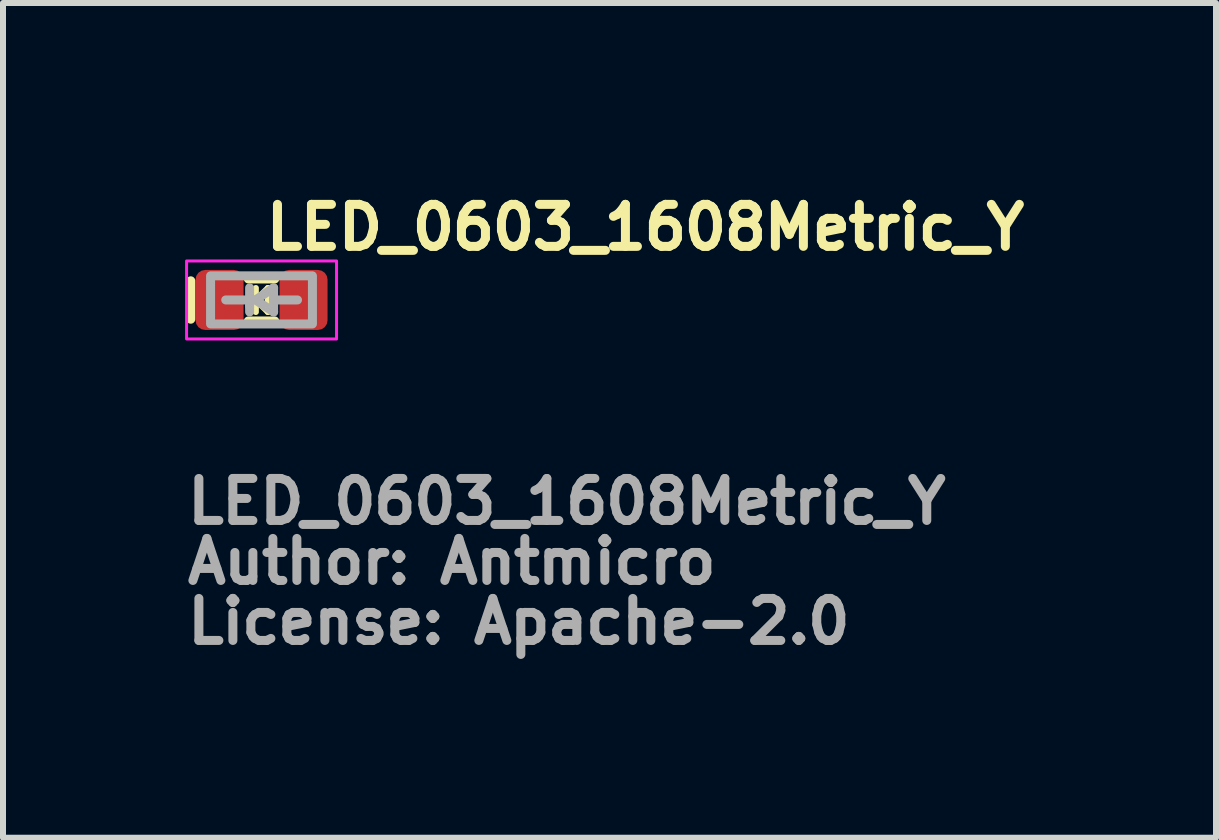
<source format=kicad_pcb>
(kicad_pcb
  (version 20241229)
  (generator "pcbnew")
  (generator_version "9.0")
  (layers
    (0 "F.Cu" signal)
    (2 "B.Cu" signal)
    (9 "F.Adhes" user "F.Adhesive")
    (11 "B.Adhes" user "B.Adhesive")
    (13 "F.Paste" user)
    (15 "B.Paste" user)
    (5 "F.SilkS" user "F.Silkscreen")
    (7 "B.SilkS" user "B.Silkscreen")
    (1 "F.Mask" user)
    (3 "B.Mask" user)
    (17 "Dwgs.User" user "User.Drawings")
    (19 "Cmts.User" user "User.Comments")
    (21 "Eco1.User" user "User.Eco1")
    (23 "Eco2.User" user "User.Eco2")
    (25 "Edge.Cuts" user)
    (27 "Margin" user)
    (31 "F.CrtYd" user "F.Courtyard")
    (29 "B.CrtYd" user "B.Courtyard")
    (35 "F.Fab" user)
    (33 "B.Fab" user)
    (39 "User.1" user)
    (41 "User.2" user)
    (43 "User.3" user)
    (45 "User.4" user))
  (footprint "LED_0603_1608Metric_Y"
    (layer "F.Cu")
    (at 1.31 1.95)
    (property "Reference" "LED_0603_1608Metric_Y" (at 0 -0.8 0) (layer "F.SilkS") (effects (font (size 0.7 0.7) (thickness 0.15)) (justify left bottom)))
    (attr smd)
    (fp_line (start -1.18 -0.319) (end -1.18 0.321) (stroke (width 0.15) (type solid)) (layer "F.SilkS"))
    (fp_line (start -0.095 0.001) (end -0.24 0.001) (stroke (width 0.1) (type solid)) (layer "F.SilkS"))
    (fp_line (start -0.095 0.001) (end 0.105 -0.199) (stroke (width 0.1) (type solid)) (layer "F.SilkS"))
    (fp_line (start -0.095 0.201) (end -0.095 -0.199) (stroke (width 0.1) (type solid)) (layer "F.SilkS"))
    (fp_line (start 0.105 0.001) (end 0.24 0.001) (stroke (width 0.1) (type solid)) (layer "F.SilkS"))
    (fp_line (start 0.105 0.201) (end -0.095 0.001) (stroke (width 0.1) (type solid)) (layer "F.SilkS"))
    (fp_line (start 0.105 0.201) (end 0.105 -0.199) (stroke (width 0.1) (type solid)) (layer "F.SilkS"))
    (fp_line (start 0.22 -0.35) (end -0.22 -0.35) (stroke (width 0.15) (type solid)) (layer "F.SilkS"))
    (fp_line (start 0.22 0.35) (end -0.22 0.35) (stroke (width 0.15) (type solid)) (layer "F.SilkS"))
    (fp_rect (start 1.25 0.65) (end -1.25 -0.65) (stroke (width 0.05) (type solid)) (fill no) (layer "F.CrtYd"))
    (fp_line (start -0.199 -0.202) (end -0.199 0.1) (stroke (width 0.15) (type solid)) (layer "F.Fab"))
    (fp_line (start -0.199 0) (end -0.597 0) (stroke (width 0.15) (type solid)) (layer "F.Fab"))
    (fp_line (start -0.199 0.2) (end -0.199 0.1) (stroke (width 0.15) (type solid)) (layer "F.Fab"))
    (fp_line (start -0.101 0) (end 0.201 0.2) (stroke (width 0.15) (type solid)) (layer "F.Fab"))
    (fp_line (start 0.201 -0.202) (end -0.101 0) (stroke (width 0.15) (type solid)) (layer "F.Fab"))
    (fp_line (start 0.201 0) (end 0.201 -0.202) (stroke (width 0.15) (type solid)) (layer "F.Fab"))
    (fp_line (start 0.201 0.2) (end 0.201 0) (stroke (width 0.15) (type solid)) (layer "F.Fab"))
    (fp_line (start 0.599 0) (end 0.201 0) (stroke (width 0.15) (type solid)) (layer "F.Fab"))
    (fp_rect (start 0.848 0.4) (end -0.85 -0.402) (stroke (width 0.15) (type solid)) (fill no) (layer "F.Fab"))
    (fp_rect (start -0.81 -0.4) (end 0.81 0.4) (stroke (width 0.1) (type solid)) (fill no) (layer "User.5"))
    (fp_line (start -0.812 -0.342) (end -0.812 -0.15) (stroke (width 0.02) (type solid)) (layer "User.9"))
    (fp_line (start -0.812 -0.15) (end -0.801 -0.151) (stroke (width 0.02) (type solid)) (layer "User.9"))
    (fp_line (start -0.812 0.148) (end -0.812 0.34) (stroke (width 0.02) (type solid)) (layer "User.9"))
    (fp_line (start -0.812 0.34) (end -0.58 0.34) (stroke (width 0.02) (type solid)) (layer "User.9"))
    (fp_line (start -0.806 0.148) (end -0.812 0.148) (stroke (width 0.02) (type solid)) (layer "User.9"))
    (fp_line (start -0.802 -0.402) (end -0.802 -0.342) (stroke (width 0.02) (type solid)) (layer "User.9"))
    (fp_line (start -0.802 0.34) (end -0.802 0.4) (stroke (width 0.02) (type solid)) (layer "User.9"))
    (fp_line (start -0.802 0.4) (end 0.8 0.4) (stroke (width 0.02) (type solid)) (layer "User.9"))
    (fp_line (start -0.801 -0.151) (end -0.791 -0.15) (stroke (width 0.02) (type solid)) (layer "User.9"))
    (fp_line (start -0.801 0.149) (end -0.806 0.148) (stroke (width 0.02) (type solid)) (layer "User.9"))
    (fp_line (start -0.796 0.148) (end -0.801 0.149) (stroke (width 0.02) (type solid)) (layer "User.9"))
    (fp_line (start -0.791 -0.15) (end -0.78 -0.149) (stroke (width 0.02) (type solid)) (layer "User.9"))
    (fp_line (start -0.791 0.148) (end -0.796 0.148) (stroke (width 0.02) (type solid)) (layer "User.9"))
    (fp_line (start -0.786 0.148) (end -0.791 0.148) (stroke (width 0.02) (type solid)) (layer "User.9"))
    (fp_line (start -0.782 -0.392) (end -0.782 -0.342) (stroke (width 0.02) (type solid)) (layer "User.9"))
    (fp_line (start -0.782 0.34) (end -0.782 0.39) (stroke (width 0.02) (type solid)) (layer "User.9"))
    (fp_line (start -0.782 0.39) (end -0.5 0.39) (stroke (width 0.02) (type solid)) (layer "User.9"))
    (fp_line (start -0.78 -0.149) (end -0.77 -0.147) (stroke (width 0.02) (type solid)) (layer "User.9"))
    (fp_line (start -0.78 0.147) (end -0.786 0.148) (stroke (width 0.02) (type solid)) (layer "User.9"))
    (fp_line (start -0.775 0.146) (end -0.78 0.147) (stroke (width 0.02) (type solid)) (layer "User.9"))
    (fp_line (start -0.77 -0.147) (end -0.76 -0.145) (stroke (width 0.02) (type solid)) (layer "User.9"))
    (fp_line (start -0.77 0.145) (end -0.775 0.146) (stroke (width 0.02) (type solid)) (layer "User.9"))
    (fp_line (start -0.764 0.144) (end -0.77 0.145) (stroke (width 0.02) (type solid)) (layer "User.9"))
    (fp_line (start -0.76 -0.145) (end -0.75 -0.143) (stroke (width 0.02) (type solid)) (layer "User.9"))
    (fp_line (start -0.76 0.144) (end -0.764 0.144) (stroke (width 0.02) (type solid)) (layer "User.9"))
    (fp_line (start -0.755 0.142) (end -0.76 0.144) (stroke (width 0.02) (type solid)) (layer "User.9"))
    (fp_line (start -0.75 -0.143) (end -0.74 -0.139) (stroke (width 0.02) (type solid)) (layer "User.9"))
    (fp_line (start -0.75 0.141) (end -0.755 0.142) (stroke (width 0.02) (type solid)) (layer "User.9"))
    (fp_line (start -0.745 0.139) (end -0.75 0.141) (stroke (width 0.02) (type solid)) (layer "User.9"))
    (fp_line (start -0.74 -0.139) (end -0.731 -0.135) (stroke (width 0.02) (type solid)) (layer "User.9"))
    (fp_line (start -0.74 0.137) (end -0.745 0.139) (stroke (width 0.02) (type solid)) (layer "User.9"))
    (fp_line (start -0.736 0.135) (end -0.74 0.137) (stroke (width 0.02) (type solid)) (layer "User.9"))
    (fp_line (start -0.731 -0.135) (end -0.723 -0.13) (stroke (width 0.02) (type solid)) (layer "User.9"))
    (fp_line (start -0.731 0.133) (end -0.736 0.135) (stroke (width 0.02) (type solid)) (layer "User.9"))
    (fp_line (start -0.727 0.13) (end -0.731 0.133) (stroke (width 0.02) (type solid)) (layer "User.9"))
    (fp_line (start -0.723 -0.13) (end -0.714 -0.123) (stroke (width 0.02) (type solid)) (layer "User.9"))
    (fp_line (start -0.723 0.128) (end -0.727 0.13) (stroke (width 0.02) (type solid)) (layer "User.9"))
    (fp_line (start -0.718 0.124) (end -0.723 0.128) (stroke (width 0.02) (type solid)) (layer "User.9"))
    (fp_line (start -0.714 -0.123) (end -0.706 -0.118) (stroke (width 0.02) (type solid)) (layer "User.9"))
    (fp_line (start -0.714 0.121) (end -0.718 0.124) (stroke (width 0.02) (type solid)) (layer "User.9"))
    (fp_line (start -0.71 0.119) (end -0.714 0.121) (stroke (width 0.02) (type solid)) (layer "User.9"))
    (fp_line (start -0.706 -0.118) (end -0.699 -0.11) (stroke (width 0.02) (type solid)) (layer "User.9"))
    (fp_line (start -0.706 0.116) (end -0.71 0.119) (stroke (width 0.02) (type solid)) (layer "User.9"))
    (fp_line (start -0.703 0.113) (end -0.706 0.116) (stroke (width 0.02) (type solid)) (layer "User.9"))
    (fp_line (start -0.699 -0.11) (end -0.692 -0.104) (stroke (width 0.02) (type solid)) (layer "User.9"))
    (fp_line (start -0.699 0.108) (end -0.703 0.113) (stroke (width 0.02) (type solid)) (layer "User.9"))
    (fp_line (start -0.696 0.105) (end -0.699 0.108) (stroke (width 0.02) (type solid)) (layer "User.9"))
    (fp_line (start -0.692 -0.104) (end -0.685 -0.095) (stroke (width 0.02) (type solid)) (layer "User.9"))
    (fp_line (start -0.692 0.102) (end -0.696 0.105) (stroke (width 0.02) (type solid)) (layer "User.9"))
    (fp_line (start -0.689 0.098) (end -0.692 0.102) (stroke (width 0.02) (type solid)) (layer "User.9"))
    (fp_line (start -0.685 -0.095) (end -0.679 -0.088) (stroke (width 0.02) (type solid)) (layer "User.9"))
    (fp_line (start -0.685 0.093) (end -0.689 0.098) (stroke (width 0.02) (type solid)) (layer "User.9"))
    (fp_line (start -0.682 0.089) (end -0.685 0.093) (stroke (width 0.02) (type solid)) (layer "User.9"))
    (fp_line (start -0.679 -0.088) (end -0.673 -0.078) (stroke (width 0.02) (type solid)) (layer "User.9"))
    (fp_line (start -0.679 0.086) (end -0.682 0.089) (stroke (width 0.02) (type solid)) (layer "User.9"))
    (fp_line (start -0.676 0.082) (end -0.679 0.086) (stroke (width 0.02) (type solid)) (layer "User.9"))
    (fp_line (start -0.673 -0.078) (end -0.673 -0.078) (stroke (width 0.02) (type solid)) (layer "User.9"))
    (fp_line (start -0.673 -0.078) (end -0.668 -0.07) (stroke (width 0.02) (type solid)) (layer "User.9"))
    (fp_line (start -0.673 0.076) (end -0.676 0.082) (stroke (width 0.02) (type solid)) (layer "User.9"))
    (fp_line (start -0.673 0.076) (end -0.673 0.076) (stroke (width 0.02) (type solid)) (layer "User.9"))
    (fp_line (start -0.668 -0.07) (end -0.664 -0.06) (stroke (width 0.02) (type solid)) (layer "User.9"))
    (fp_line (start -0.668 0.068) (end -0.673 0.076) (stroke (width 0.02) (type solid)) (layer "User.9"))
    (fp_line (start -0.664 -0.06) (end -0.66 -0.051) (stroke (width 0.02) (type solid)) (layer "User.9"))
    (fp_line (start -0.664 0.059) (end -0.668 0.068) (stroke (width 0.02) (type solid)) (layer "User.9"))
    (fp_line (start -0.66 -0.051) (end -0.657 -0.042) (stroke (width 0.02) (type solid)) (layer "User.9"))
    (fp_line (start -0.66 0.049) (end -0.664 0.059) (stroke (width 0.02) (type solid)) (layer "User.9"))
    (fp_line (start -0.657 -0.042) (end -0.655 -0.031) (stroke (width 0.02) (type solid)) (layer "User.9"))
    (fp_line (start -0.657 0.04) (end -0.66 0.049) (stroke (width 0.02) (type solid)) (layer "User.9"))
    (fp_line (start -0.655 -0.031) (end -0.653 -0.022) (stroke (width 0.02) (type solid)) (layer "User.9"))
    (fp_line (start -0.655 0.029) (end -0.657 0.04) (stroke (width 0.02) (type solid)) (layer "User.9"))
    (fp_line (start -0.653 -0.022) (end -0.652 -0.011) (stroke (width 0.02) (type solid)) (layer "User.9"))
    (fp_line (start -0.653 0.02) (end -0.655 0.029) (stroke (width 0.02) (type solid)) (layer "User.9"))
    (fp_line (start -0.652 -0.011) (end -0.651 0) (stroke (width 0.02) (type solid)) (layer "User.9"))
    (fp_line (start -0.652 0.01) (end -0.653 0.02) (stroke (width 0.02) (type solid)) (layer "User.9"))
    (fp_line (start -0.651 0) (end -0.652 0.01) (stroke (width 0.02) (type solid)) (layer "User.9"))
    (fp_line (start -0.6 -0.308) (end -0.599 -0.311) (stroke (width 0.02) (type solid)) (layer "User.9"))
    (fp_line (start -0.6 -0.306) (end -0.6 -0.308) (stroke (width 0.02) (type solid)) (layer "User.9"))
    (fp_line (start -0.6 -0.303) (end -0.6 -0.306) (stroke (width 0.02) (type solid)) (layer "User.9"))
    (fp_line (start -0.6 -0.3) (end -0.6 -0.303) (stroke (width 0.02) (type solid)) (layer "User.9"))
    (fp_line (start -0.6 -0.3) (end -0.6 0.298) (stroke (width 0.02) (type solid)) (layer "User.9"))
    (fp_line (start -0.6 0.301) (end -0.6 0.298) (stroke (width 0.02) (type solid)) (layer "User.9"))
    (fp_line (start -0.6 0.304) (end -0.6 0.301) (stroke (width 0.02) (type solid)) (layer "User.9"))
    (fp_line (start -0.6 0.306) (end -0.6 0.304) (stroke (width 0.02) (type solid)) (layer "User.9"))
    (fp_line (start -0.599 -0.313) (end -0.598 -0.315) (stroke (width 0.02) (type solid)) (layer "User.9"))
    (fp_line (start -0.599 -0.311) (end -0.599 -0.313) (stroke (width 0.02) (type solid)) (layer "User.9"))
    (fp_line (start -0.599 0.309) (end -0.6 0.306) (stroke (width 0.02) (type solid)) (layer "User.9"))
    (fp_line (start -0.599 0.311) (end -0.599 0.309) (stroke (width 0.02) (type solid)) (layer "User.9"))
    (fp_line (start -0.598 -0.315) (end -0.597 -0.318) (stroke (width 0.02) (type solid)) (layer "User.9"))
    (fp_line (start -0.598 0.313) (end -0.599 0.311) (stroke (width 0.02) (type solid)) (layer "User.9"))
    (fp_line (start -0.597 -0.32) (end -0.596 -0.323) (stroke (width 0.02) (type solid)) (layer "User.9"))
    (fp_line (start -0.597 -0.318) (end -0.597 -0.32) (stroke (width 0.02) (type solid)) (layer "User.9"))
    (fp_line (start -0.597 0.316) (end -0.598 0.313) (stroke (width 0.02) (type solid)) (layer "User.9"))
    (fp_line (start -0.597 0.318) (end -0.597 0.316) (stroke (width 0.02) (type solid)) (layer "User.9"))
    (fp_line (start -0.596 -0.323) (end -0.594 -0.325) (stroke (width 0.02) (type solid)) (layer "User.9"))
    (fp_line (start -0.596 0.321) (end -0.597 0.318) (stroke (width 0.02) (type solid)) (layer "User.9"))
    (fp_line (start -0.594 -0.325) (end -0.593 -0.327) (stroke (width 0.02) (type solid)) (layer "User.9"))
    (fp_line (start -0.594 0.323) (end -0.596 0.321) (stroke (width 0.02) (type solid)) (layer "User.9"))
    (fp_line (start -0.593 -0.327) (end -0.592 -0.329) (stroke (width 0.02) (type solid)) (layer "User.9"))
    (fp_line (start -0.593 0.325) (end -0.594 0.323) (stroke (width 0.02) (type solid)) (layer "User.9"))
    (fp_line (start -0.592 -0.329) (end -0.591 -0.331) (stroke (width 0.02) (type solid)) (layer "User.9"))
    (fp_line (start -0.592 0.327) (end -0.593 0.325) (stroke (width 0.02) (type solid)) (layer "User.9"))
    (fp_line (start -0.591 -0.331) (end -0.589 -0.333) (stroke (width 0.02) (type solid)) (layer "User.9"))
    (fp_line (start -0.591 0.329) (end -0.592 0.327) (stroke (width 0.02) (type solid)) (layer "User.9"))
    (fp_line (start -0.589 -0.333) (end -0.588 -0.335) (stroke (width 0.02) (type solid)) (layer "User.9"))
    (fp_line (start -0.589 0.331) (end -0.591 0.329) (stroke (width 0.02) (type solid)) (layer "User.9"))
    (fp_line (start -0.588 -0.335) (end -0.586 -0.337) (stroke (width 0.02) (type solid)) (layer "User.9"))
    (fp_line (start -0.588 0.333) (end -0.589 0.331) (stroke (width 0.02) (type solid)) (layer "User.9"))
    (fp_line (start -0.586 -0.337) (end -0.584 -0.339) (stroke (width 0.02) (type solid)) (layer "User.9"))
    (fp_line (start -0.586 0.335) (end -0.588 0.333) (stroke (width 0.02) (type solid)) (layer "User.9"))
    (fp_line (start -0.584 -0.339) (end -0.582 -0.34) (stroke (width 0.02) (type solid)) (layer "User.9"))
    (fp_line (start -0.584 0.337) (end -0.586 0.335) (stroke (width 0.02) (type solid)) (layer "User.9"))
    (fp_line (start -0.582 -0.34) (end -0.58 -0.342) (stroke (width 0.02) (type solid)) (layer "User.9"))
    (fp_line (start -0.582 0.338) (end -0.584 0.337) (stroke (width 0.02) (type solid)) (layer "User.9"))
    (fp_line (start -0.58 -0.342) (end -0.812 -0.342) (stroke (width 0.02) (type solid)) (layer "User.9"))
    (fp_line (start -0.58 -0.342) (end -0.578 -0.343) (stroke (width 0.02) (type solid)) (layer "User.9"))
    (fp_line (start -0.58 0.34) (end -0.582 0.338) (stroke (width 0.02) (type solid)) (layer "User.9"))
    (fp_line (start -0.578 -0.343) (end -0.577 -0.344) (stroke (width 0.02) (type solid)) (layer "User.9"))
    (fp_line (start -0.578 0.341) (end -0.58 0.34) (stroke (width 0.02) (type solid)) (layer "User.9"))
    (fp_line (start -0.577 -0.344) (end -0.575 -0.345) (stroke (width 0.02) (type solid)) (layer "User.9"))
    (fp_line (start -0.577 0.342) (end -0.578 0.341) (stroke (width 0.02) (type solid)) (layer "User.9"))
    (fp_line (start -0.575 -0.345) (end -0.573 -0.347) (stroke (width 0.02) (type solid)) (layer "User.9"))
    (fp_line (start -0.575 0.343) (end -0.577 0.342) (stroke (width 0.02) (type solid)) (layer "User.9"))
    (fp_line (start -0.573 -0.347) (end -0.571 -0.348) (stroke (width 0.02) (type solid)) (layer "User.9"))
    (fp_line (start -0.573 0.345) (end -0.575 0.343) (stroke (width 0.02) (type solid)) (layer "User.9"))
    (fp_line (start -0.571 -0.348) (end -0.569 -0.348) (stroke (width 0.02) (type solid)) (layer "User.9"))
    (fp_line (start -0.571 0.346) (end -0.573 0.345) (stroke (width 0.02) (type solid)) (layer "User.9"))
    (fp_line (start -0.569 -0.348) (end -0.566 -0.349) (stroke (width 0.02) (type solid)) (layer "User.9"))
    (fp_line (start -0.569 0.346) (end -0.571 0.346) (stroke (width 0.02) (type solid)) (layer "User.9"))
    (fp_line (start -0.566 -0.349) (end -0.564 -0.35) (stroke (width 0.02) (type solid)) (layer "User.9"))
    (fp_line (start -0.566 0.347) (end -0.569 0.346) (stroke (width 0.02) (type solid)) (layer "User.9"))
    (fp_line (start -0.564 -0.35) (end -0.562 -0.35) (stroke (width 0.02) (type solid)) (layer "User.9"))
    (fp_line (start -0.564 0.348) (end -0.566 0.347) (stroke (width 0.02) (type solid)) (layer "User.9"))
    (fp_line (start -0.562 -0.35) (end -0.559 -0.351) (stroke (width 0.02) (type solid)) (layer "User.9"))
    (fp_line (start -0.562 0.348) (end -0.564 0.348) (stroke (width 0.02) (type solid)) (layer "User.9"))
    (fp_line (start -0.559 -0.351) (end -0.557 -0.351) (stroke (width 0.02) (type solid)) (layer "User.9"))
    (fp_line (start -0.559 0.349) (end -0.562 0.348) (stroke (width 0.02) (type solid)) (layer "User.9"))
    (fp_line (start -0.557 -0.351) (end -0.554 -0.351) (stroke (width 0.02) (type solid)) (layer "User.9"))
    (fp_line (start -0.557 0.349) (end -0.559 0.349) (stroke (width 0.02) (type solid)) (layer "User.9"))
    (fp_line (start -0.554 -0.351) (end -0.552 -0.351) (stroke (width 0.02) (type solid)) (layer "User.9"))
    (fp_line (start -0.554 0.349) (end -0.557 0.349) (stroke (width 0.02) (type solid)) (layer "User.9"))
    (fp_line (start -0.552 0.349) (end -0.554 0.349) (stroke (width 0.02) (type solid)) (layer "User.9"))
    (fp_line (start -0.552 0.349) (end 0.55 0.349) (stroke (width 0.02) (type solid)) (layer "User.9"))
    (fp_line (start -0.5 -0.392) (end -0.782 -0.392) (stroke (width 0.02) (type solid)) (layer "User.9"))
    (fp_line (start -0.5 -0.351) (end -0.5 -0.392) (stroke (width 0.02) (type solid)) (layer "User.9"))
    (fp_line (start -0.5 0.39) (end -0.5 0.349) (stroke (width 0.02) (type solid)) (layer "User.9"))
    (fp_line (start 0.55 -0.351) (end -0.552 -0.351) (stroke (width 0.02) (type solid)) (layer "User.9"))
    (fp_line (start 0.55 -0.351) (end 0.552 -0.351) (stroke (width 0.02) (type solid)) (layer "User.9"))
    (fp_line (start 0.552 -0.351) (end 0.555 -0.351) (stroke (width 0.02) (type solid)) (layer "User.9"))
    (fp_line (start 0.552 0.349) (end 0.55 0.349) (stroke (width 0.02) (type solid)) (layer "User.9"))
    (fp_line (start 0.555 -0.351) (end 0.557 -0.351) (stroke (width 0.02) (type solid)) (layer "User.9"))
    (fp_line (start 0.555 0.349) (end 0.552 0.349) (stroke (width 0.02) (type solid)) (layer "User.9"))
    (fp_line (start 0.557 -0.351) (end 0.56 -0.35) (stroke (width 0.02) (type solid)) (layer "User.9"))
    (fp_line (start 0.557 0.349) (end 0.555 0.349) (stroke (width 0.02) (type solid)) (layer "User.9"))
    (fp_line (start 0.56 -0.35) (end 0.562 -0.35) (stroke (width 0.02) (type solid)) (layer "User.9"))
    (fp_line (start 0.56 0.348) (end 0.557 0.349) (stroke (width 0.02) (type solid)) (layer "User.9"))
    (fp_line (start 0.562 -0.35) (end 0.564 -0.349) (stroke (width 0.02) (type solid)) (layer "User.9"))
    (fp_line (start 0.562 0.348) (end 0.56 0.348) (stroke (width 0.02) (type solid)) (layer "User.9"))
    (fp_line (start 0.564 -0.349) (end 0.567 -0.348) (stroke (width 0.02) (type solid)) (layer "User.9"))
    (fp_line (start 0.564 0.347) (end 0.562 0.348) (stroke (width 0.02) (type solid)) (layer "User.9"))
    (fp_line (start 0.567 -0.348) (end 0.569 -0.348) (stroke (width 0.02) (type solid)) (layer "User.9"))
    (fp_line (start 0.567 0.346) (end 0.564 0.347) (stroke (width 0.02) (type solid)) (layer "User.9"))
    (fp_line (start 0.569 -0.348) (end 0.571 -0.347) (stroke (width 0.02) (type solid)) (layer "User.9"))
    (fp_line (start 0.569 0.346) (end 0.567 0.346) (stroke (width 0.02) (type solid)) (layer "User.9"))
    (fp_line (start 0.571 -0.347) (end 0.573 -0.345) (stroke (width 0.02) (type solid)) (layer "User.9"))
    (fp_line (start 0.571 0.345) (end 0.569 0.346) (stroke (width 0.02) (type solid)) (layer "User.9"))
    (fp_line (start 0.573 -0.345) (end 0.575 -0.344) (stroke (width 0.02) (type solid)) (layer "User.9"))
    (fp_line (start 0.573 0.343) (end 0.571 0.345) (stroke (width 0.02) (type solid)) (layer "User.9"))
    (fp_line (start 0.575 -0.344) (end 0.576 -0.343) (stroke (width 0.02) (type solid)) (layer "User.9"))
    (fp_line (start 0.575 0.342) (end 0.573 0.343) (stroke (width 0.02) (type solid)) (layer "User.9"))
    (fp_line (start 0.576 -0.343) (end 0.578 -0.342) (stroke (width 0.02) (type solid)) (layer "User.9"))
    (fp_line (start 0.576 0.341) (end 0.575 0.342) (stroke (width 0.02) (type solid)) (layer "User.9"))
    (fp_line (start 0.578 -0.342) (end 0.58 -0.34) (stroke (width 0.02) (type solid)) (layer "User.9"))
    (fp_line (start 0.578 0.34) (end 0.576 0.341) (stroke (width 0.02) (type solid)) (layer "User.9"))
    (fp_line (start 0.578 0.34) (end 0.81 0.34) (stroke (width 0.02) (type solid)) (layer "User.9"))
    (fp_line (start 0.58 -0.34) (end 0.582 -0.339) (stroke (width 0.02) (type solid)) (layer "User.9"))
    (fp_line (start 0.58 0.338) (end 0.578 0.34) (stroke (width 0.02) (type solid)) (layer "User.9"))
    (fp_line (start 0.582 -0.339) (end 0.584 -0.337) (stroke (width 0.02) (type solid)) (layer "User.9"))
    (fp_line (start 0.582 0.337) (end 0.58 0.338) (stroke (width 0.02) (type solid)) (layer "User.9"))
    (fp_line (start 0.584 -0.337) (end 0.586 -0.335) (stroke (width 0.02) (type solid)) (layer "User.9"))
    (fp_line (start 0.584 0.335) (end 0.582 0.337) (stroke (width 0.02) (type solid)) (layer "User.9"))
    (fp_line (start 0.586 -0.335) (end 0.587 -0.333) (stroke (width 0.02) (type solid)) (layer "User.9"))
    (fp_line (start 0.586 0.333) (end 0.584 0.335) (stroke (width 0.02) (type solid)) (layer "User.9"))
    (fp_line (start 0.587 -0.333) (end 0.589 -0.331) (stroke (width 0.02) (type solid)) (layer "User.9"))
    (fp_line (start 0.587 0.331) (end 0.586 0.333) (stroke (width 0.02) (type solid)) (layer "User.9"))
    (fp_line (start 0.589 -0.331) (end 0.59 -0.329) (stroke (width 0.02) (type solid)) (layer "User.9"))
    (fp_line (start 0.589 0.329) (end 0.587 0.331) (stroke (width 0.02) (type solid)) (layer "User.9"))
    (fp_line (start 0.59 -0.329) (end 0.591 -0.327) (stroke (width 0.02) (type solid)) (layer "User.9"))
    (fp_line (start 0.59 0.327) (end 0.589 0.329) (stroke (width 0.02) (type solid)) (layer "User.9"))
    (fp_line (start 0.591 -0.327) (end 0.592 -0.325) (stroke (width 0.02) (type solid)) (layer "User.9"))
    (fp_line (start 0.591 0.325) (end 0.59 0.327) (stroke (width 0.02) (type solid)) (layer "User.9"))
    (fp_line (start 0.592 -0.325) (end 0.594 -0.323) (stroke (width 0.02) (type solid)) (layer "User.9"))
    (fp_line (start 0.592 0.323) (end 0.591 0.325) (stroke (width 0.02) (type solid)) (layer "User.9"))
    (fp_line (start 0.594 -0.323) (end 0.595 -0.32) (stroke (width 0.02) (type solid)) (layer "User.9"))
    (fp_line (start 0.594 0.321) (end 0.592 0.323) (stroke (width 0.02) (type solid)) (layer "User.9"))
    (fp_line (start 0.595 -0.32) (end 0.595 -0.318) (stroke (width 0.02) (type solid)) (layer "User.9"))
    (fp_line (start 0.595 -0.318) (end 0.596 -0.315) (stroke (width 0.02) (type solid)) (layer "User.9"))
    (fp_line (start 0.595 0.316) (end 0.595 0.318) (stroke (width 0.02) (type solid)) (layer "User.9"))
    (fp_line (start 0.595 0.318) (end 0.594 0.321) (stroke (width 0.02) (type solid)) (layer "User.9"))
    (fp_line (start 0.596 -0.315) (end 0.597 -0.313) (stroke (width 0.02) (type solid)) (layer "User.9"))
    (fp_line (start 0.596 0.313) (end 0.595 0.316) (stroke (width 0.02) (type solid)) (layer "User.9"))
    (fp_line (start 0.597 -0.313) (end 0.597 -0.311) (stroke (width 0.02) (type solid)) (layer "User.9"))
    (fp_line (start 0.597 -0.311) (end 0.598 -0.308) (stroke (width 0.02) (type solid)) (layer "User.9"))
    (fp_line (start 0.597 0.309) (end 0.597 0.311) (stroke (width 0.02) (type solid)) (layer "User.9"))
    (fp_line (start 0.597 0.311) (end 0.596 0.313) (stroke (width 0.02) (type solid)) (layer "User.9"))
    (fp_line (start 0.598 -0.308) (end 0.598 -0.306) (stroke (width 0.02) (type solid)) (layer "User.9"))
    (fp_line (start 0.598 -0.306) (end 0.598 -0.303) (stroke (width 0.02) (type solid)) (layer "User.9"))
    (fp_line (start 0.598 -0.303) (end 0.598 -0.3) (stroke (width 0.02) (type solid)) (layer "User.9"))
    (fp_line (start 0.598 0.298) (end 0.598 -0.3) (stroke (width 0.02) (type solid)) (layer "User.9"))
    (fp_line (start 0.598 0.298) (end 0.598 0.301) (stroke (width 0.02) (type solid)) (layer "User.9"))
    (fp_line (start 0.598 0.301) (end 0.598 0.304) (stroke (width 0.02) (type solid)) (layer "User.9"))
    (fp_line (start 0.598 0.304) (end 0.598 0.306) (stroke (width 0.02) (type solid)) (layer "User.9"))
    (fp_line (start 0.598 0.306) (end 0.597 0.309) (stroke (width 0.02) (type solid)) (layer "User.9"))
    (fp_line (start 0.65 -0.016) (end 0.651 -0.024) (stroke (width 0.02) (type solid)) (layer "User.9"))
    (fp_line (start 0.65 -0.008) (end 0.65 -0.016) (stroke (width 0.02) (type solid)) (layer "User.9"))
    (fp_line (start 0.65 0) (end 0.65 -0.008) (stroke (width 0.02) (type solid)) (layer "User.9"))
    (fp_line (start 0.65 0.007) (end 0.65 0) (stroke (width 0.02) (type solid)) (layer "User.9"))
    (fp_line (start 0.65 0.014) (end 0.65 0.007) (stroke (width 0.02) (type solid)) (layer "User.9"))
    (fp_line (start 0.651 -0.024) (end 0.653 -0.031) (stroke (width 0.02) (type solid)) (layer "User.9"))
    (fp_line (start 0.651 0.022) (end 0.65 0.014) (stroke (width 0.02) (type solid)) (layer "User.9"))
    (fp_line (start 0.653 -0.031) (end 0.654 -0.039) (stroke (width 0.02) (type solid)) (layer "User.9"))
    (fp_line (start 0.653 0.029) (end 0.651 0.022) (stroke (width 0.02) (type solid)) (layer "User.9"))
    (fp_line (start 0.654 -0.039) (end 0.657 -0.046) (stroke (width 0.02) (type solid)) (layer "User.9"))
    (fp_line (start 0.654 0.037) (end 0.653 0.029) (stroke (width 0.02) (type solid)) (layer "User.9"))
    (fp_line (start 0.657 -0.046) (end 0.659 -0.053) (stroke (width 0.02) (type solid)) (layer "User.9"))
    (fp_line (start 0.657 0.044) (end 0.654 0.037) (stroke (width 0.02) (type solid)) (layer "User.9"))
    (fp_line (start 0.659 -0.053) (end 0.662 -0.06) (stroke (width 0.02) (type solid)) (layer "User.9"))
    (fp_line (start 0.659 0.052) (end 0.657 0.044) (stroke (width 0.02) (type solid)) (layer "User.9"))
    (fp_line (start 0.662 -0.06) (end 0.665 -0.068) (stroke (width 0.02) (type solid)) (layer "User.9"))
    (fp_line (start 0.662 0.059) (end 0.659 0.052) (stroke (width 0.02) (type solid)) (layer "User.9"))
    (fp_line (start 0.665 -0.068) (end 0.669 -0.074) (stroke (width 0.02) (type solid)) (layer "User.9"))
    (fp_line (start 0.665 0.066) (end 0.662 0.059) (stroke (width 0.02) (type solid)) (layer "User.9"))
    (fp_line (start 0.669 -0.074) (end 0.673 -0.08) (stroke (width 0.02) (type solid)) (layer "User.9"))
    (fp_line (start 0.669 0.072) (end 0.665 0.066) (stroke (width 0.02) (type solid)) (layer "User.9"))
    (fp_line (start 0.673 -0.08) (end 0.677 -0.088) (stroke (width 0.02) (type solid)) (layer "User.9"))
    (fp_line (start 0.673 0.078) (end 0.669 0.072) (stroke (width 0.02) (type solid)) (layer "User.9"))
    (fp_line (start 0.677 -0.088) (end 0.681 -0.093) (stroke (width 0.02) (type solid)) (layer "User.9"))
    (fp_line (start 0.677 0.086) (end 0.673 0.078) (stroke (width 0.02) (type solid)) (layer "User.9"))
    (fp_line (start 0.681 -0.093) (end 0.686 -0.1) (stroke (width 0.02) (type solid)) (layer "User.9"))
    (fp_line (start 0.681 0.091) (end 0.677 0.086) (stroke (width 0.02) (type solid)) (layer "User.9"))
    (fp_line (start 0.686 -0.1) (end 0.691 -0.105) (stroke (width 0.02) (type solid)) (layer "User.9"))
    (fp_line (start 0.686 0.098) (end 0.681 0.091) (stroke (width 0.02) (type solid)) (layer "User.9"))
    (fp_line (start 0.691 -0.105) (end 0.697 -0.11) (stroke (width 0.02) (type solid)) (layer "User.9"))
    (fp_line (start 0.691 0.104) (end 0.686 0.098) (stroke (width 0.02) (type solid)) (layer "User.9"))
    (fp_line (start 0.697 -0.11) (end 0.697 -0.11) (stroke (width 0.02) (type solid)) (layer "User.9"))
    (fp_line (start 0.697 -0.11) (end 0.703 -0.116) (stroke (width 0.02) (type solid)) (layer "User.9"))
    (fp_line (start 0.697 0.108) (end 0.691 0.104) (stroke (width 0.02) (type solid)) (layer "User.9"))
    (fp_line (start 0.697 0.108) (end 0.697 0.108) (stroke (width 0.02) (type solid)) (layer "User.9"))
    (fp_line (start 0.703 -0.116) (end 0.708 -0.12) (stroke (width 0.02) (type solid)) (layer "User.9"))
    (fp_line (start 0.703 0.114) (end 0.697 0.108) (stroke (width 0.02) (type solid)) (layer "User.9"))
    (fp_line (start 0.708 -0.12) (end 0.714 -0.125) (stroke (width 0.02) (type solid)) (layer "User.9"))
    (fp_line (start 0.708 0.119) (end 0.703 0.114) (stroke (width 0.02) (type solid)) (layer "User.9"))
    (fp_line (start 0.714 -0.125) (end 0.721 -0.13) (stroke (width 0.02) (type solid)) (layer "User.9"))
    (fp_line (start 0.714 0.123) (end 0.708 0.119) (stroke (width 0.02) (type solid)) (layer "User.9"))
    (fp_line (start 0.721 -0.13) (end 0.727 -0.133) (stroke (width 0.02) (type solid)) (layer "User.9"))
    (fp_line (start 0.721 0.128) (end 0.714 0.123) (stroke (width 0.02) (type solid)) (layer "User.9"))
    (fp_line (start 0.727 -0.133) (end 0.734 -0.137) (stroke (width 0.02) (type solid)) (layer "User.9"))
    (fp_line (start 0.727 0.131) (end 0.721 0.128) (stroke (width 0.02) (type solid)) (layer "User.9"))
    (fp_line (start 0.734 -0.137) (end 0.741 -0.14) (stroke (width 0.02) (type solid)) (layer "User.9"))
    (fp_line (start 0.734 0.135) (end 0.727 0.131) (stroke (width 0.02) (type solid)) (layer "User.9"))
    (fp_line (start 0.741 -0.14) (end 0.748 -0.143) (stroke (width 0.02) (type solid)) (layer "User.9"))
    (fp_line (start 0.741 0.138) (end 0.734 0.135) (stroke (width 0.02) (type solid)) (layer "User.9"))
    (fp_line (start 0.748 -0.143) (end 0.755 -0.145) (stroke (width 0.02) (type solid)) (layer "User.9"))
    (fp_line (start 0.748 0.141) (end 0.741 0.138) (stroke (width 0.02) (type solid)) (layer "User.9"))
    (fp_line (start 0.755 -0.145) (end 0.763 -0.146) (stroke (width 0.02) (type solid)) (layer "User.9"))
    (fp_line (start 0.755 0.143) (end 0.748 0.141) (stroke (width 0.02) (type solid)) (layer "User.9"))
    (fp_line (start 0.763 -0.146) (end 0.771 -0.148) (stroke (width 0.02) (type solid)) (layer "User.9"))
    (fp_line (start 0.763 0.144) (end 0.755 0.143) (stroke (width 0.02) (type solid)) (layer "User.9"))
    (fp_line (start 0.771 -0.148) (end 0.779 -0.149) (stroke (width 0.02) (type solid)) (layer "User.9"))
    (fp_line (start 0.771 0.146) (end 0.763 0.144) (stroke (width 0.02) (type solid)) (layer "User.9"))
    (fp_line (start 0.779 -0.149) (end 0.786 -0.15) (stroke (width 0.02) (type solid)) (layer "User.9"))
    (fp_line (start 0.779 0.147) (end 0.771 0.146) (stroke (width 0.02) (type solid)) (layer "User.9"))
    (fp_line (start 0.786 -0.15) (end 0.794 -0.15) (stroke (width 0.02) (type solid)) (layer "User.9"))
    (fp_line (start 0.786 0.148) (end 0.779 0.147) (stroke (width 0.02) (type solid)) (layer "User.9"))
    (fp_line (start 0.794 -0.15) (end 0.802 -0.15) (stroke (width 0.02) (type solid)) (layer "User.9"))
    (fp_line (start 0.794 0.148) (end 0.786 0.148) (stroke (width 0.02) (type solid)) (layer "User.9"))
    (fp_line (start 0.8 -0.402) (end -0.802 -0.402) (stroke (width 0.02) (type solid)) (layer "User.9"))
    (fp_line (start 0.8 -0.342) (end 0.8 -0.402) (stroke (width 0.02) (type solid)) (layer "User.9"))
    (fp_line (start 0.8 0.4) (end 0.8 0.34) (stroke (width 0.02) (type solid)) (layer "User.9"))
    (fp_line (start 0.802 -0.15) (end 0.81 -0.15) (stroke (width 0.02) (type solid)) (layer "User.9"))
    (fp_line (start 0.802 0.148) (end 0.794 0.148) (stroke (width 0.02) (type solid)) (layer "User.9"))
    (fp_line (start 0.81 -0.342) (end 0.578 -0.342) (stroke (width 0.02) (type solid)) (layer "User.9"))
    (fp_line (start 0.81 -0.15) (end 0.81 -0.342) (stroke (width 0.02) (type solid)) (layer "User.9"))
    (fp_line (start 0.81 0.148) (end 0.802 0.148) (stroke (width 0.02) (type solid)) (layer "User.9"))
    (fp_line (start 0.81 0.34) (end 0.81 0.148) (stroke (width 0.02) (type solid)) (layer "User.9"))
    (fp_text user "Author: Antmicro" (at -1.31 4.769 0) (layer "F.Fab") (effects (font (size 0.7 0.7) (thickness 0.15)) (justify left bottom)))
    (fp_text user "${REFERENCE}" (at -1.31 3.769 0) (layer "F.Fab") (effects (font (size 0.7 0.7) (thickness 0.15)) (justify left bottom)))
    (fp_text user "License: Apache-2.0" (at -1.31 5.769 0) (layer "F.Fab") (effects (font (size 0.7 0.7) (thickness 0.15)) (justify left bottom)))
    (pad "1" smd roundrect (at -0.7 0 180) (size 0.8 1) (layers "F.Cu" "F.Mask" "F.Paste") (roundrect_rratio 0.2))
    (pad "2" smd roundrect (at 0.7 0 180) (size 0.8 1) (layers "F.Cu" "F.Mask" "F.Paste") (roundrect_rratio 0.2)))
  (gr_rect
    (start -3 -3)
    (end 17.22 10.915)
    (stroke (width 0.1) (type default))
    (fill no)
    (layer "Edge.Cuts")))
</source>
